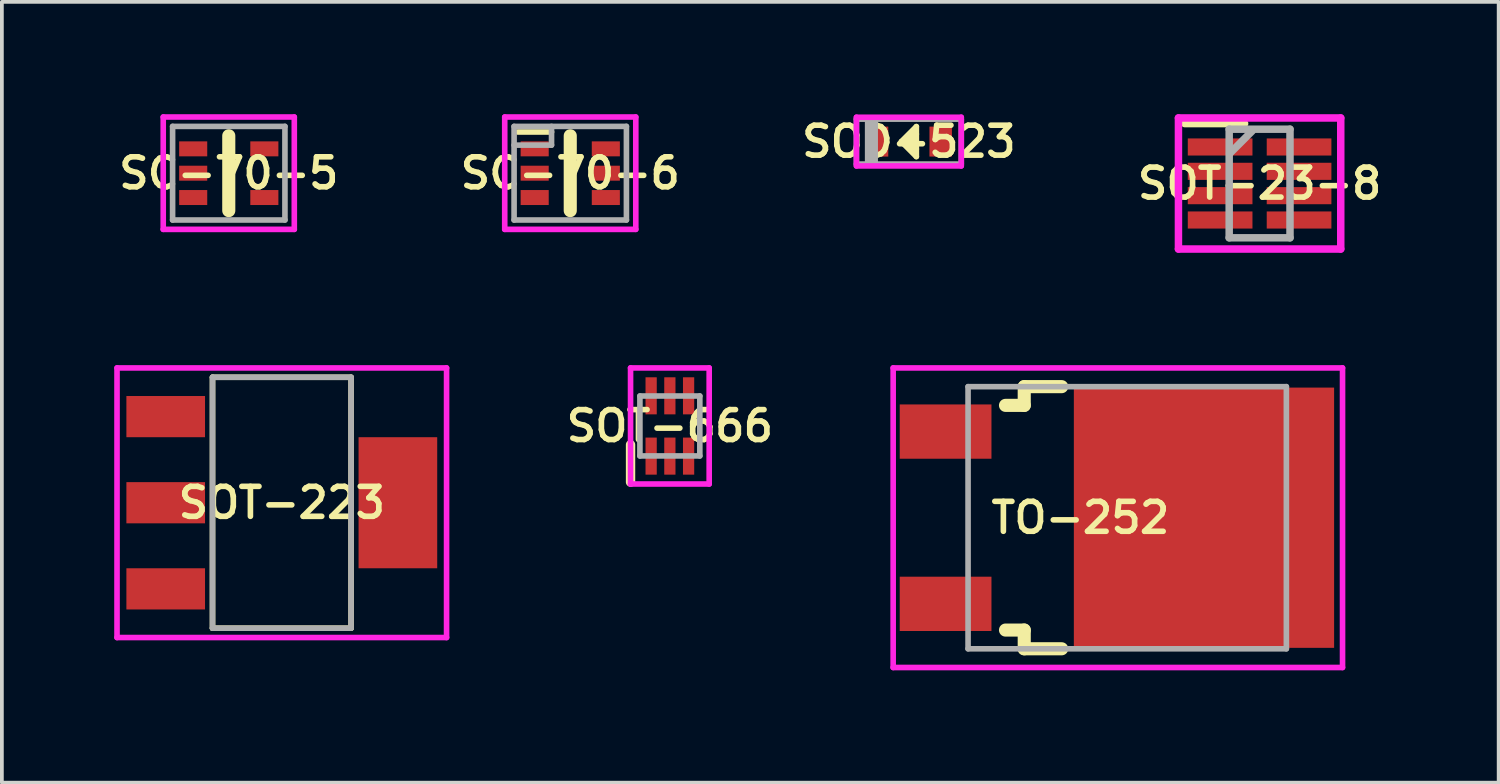
<source format=kicad_pcb>
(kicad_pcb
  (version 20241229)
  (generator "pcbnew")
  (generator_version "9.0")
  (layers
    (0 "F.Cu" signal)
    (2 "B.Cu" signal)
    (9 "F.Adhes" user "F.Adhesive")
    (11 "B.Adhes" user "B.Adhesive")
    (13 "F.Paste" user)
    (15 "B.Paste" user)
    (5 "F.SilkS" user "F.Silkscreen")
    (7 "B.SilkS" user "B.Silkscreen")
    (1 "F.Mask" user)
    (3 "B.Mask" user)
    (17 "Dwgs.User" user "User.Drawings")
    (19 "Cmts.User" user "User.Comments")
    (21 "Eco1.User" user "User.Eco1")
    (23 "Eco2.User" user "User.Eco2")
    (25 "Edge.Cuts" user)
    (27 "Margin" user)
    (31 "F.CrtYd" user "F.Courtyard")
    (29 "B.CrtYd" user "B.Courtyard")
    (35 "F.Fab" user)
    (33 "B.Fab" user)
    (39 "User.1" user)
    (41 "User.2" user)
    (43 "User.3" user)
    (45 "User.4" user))
  (footprint "SOD-523"
    (layer "F.Cu")
    (at 21.22 0.731)
    (property "Reference" "SOD-523" (at 0 0 0) (layer "F.SilkS") (effects (font (size 0.8 0.8) (thickness 0.15))))
    (attr smd)
    (fp_line (start -0.2 0) (end 0.2 -0.4) (stroke (width 0.15) (type solid)) (layer "F.SilkS"))
    (fp_line (start -0.1 0) (end 0.2 0.2) (stroke (width 0.15) (type solid)) (layer "F.SilkS"))
    (fp_line (start 0.2 -0.4) (end 0.2 0.4) (stroke (width 0.15) (type solid)) (layer "F.SilkS"))
    (fp_line (start 0.2 -0.2) (end -0.1 0) (stroke (width 0.15) (type solid)) (layer "F.SilkS"))
    (fp_line (start 0.2 0) (end 0 0) (stroke (width 0.15) (type solid)) (layer "F.SilkS"))
    (fp_line (start 0.2 0.4) (end -0.2 0) (stroke (width 0.15) (type solid)) (layer "F.SilkS"))
    (fp_line (start -1.4 -0.65) (end 1.4 -0.65) (stroke (width 0.15) (type solid)) (layer "F.CrtYd"))
    (fp_line (start -1.4 0.65) (end -1.4 -0.65) (stroke (width 0.15) (type solid)) (layer "F.CrtYd"))
    (fp_line (start 1.4 -0.65) (end 1.4 0.65) (stroke (width 0.15) (type solid)) (layer "F.CrtYd"))
    (fp_line (start 1.4 0.65) (end -1.4 0.65) (stroke (width 0.15) (type solid)) (layer "F.CrtYd"))
    (fp_line (start -1.4 -0.6) (end -1.4 0.6) (stroke (width 0.15) (type solid)) (layer "F.Fab"))
    (fp_line (start -1.4 0.6) (end 1.4 0.6) (stroke (width 0.15) (type solid)) (layer "F.Fab"))
    (fp_line (start -1.1 -0.6) (end -1.1 0.6) (stroke (width 0.15) (type solid)) (layer "F.Fab"))
    (fp_line (start -1 0.6) (end -1 -0.6) (stroke (width 0.15) (type solid)) (layer "F.Fab"))
    (fp_line (start -0.9 -0.6) (end -0.9 0.6) (stroke (width 0.15) (type solid)) (layer "F.Fab"))
    (fp_line (start 1.4 -0.6) (end -1.4 -0.6) (stroke (width 0.15) (type solid)) (layer "F.Fab"))
    (fp_line (start 1.4 0.6) (end 1.4 -0.6) (stroke (width 0.15) (type solid)) (layer "F.Fab"))
    (pad "1" smd rect (at -0.85 0) (size 0.6 0.8) (layers "F.Cu" "F.Mask" "F.Paste"))
    (pad "2" smd rect (at 0.85 0) (size 0.6 0.8) (layers "F.Cu" "F.Mask" "F.Paste")))
  (footprint "SOT-23-8"
    (layer "F.Cu")
    (at 30.586 1.85)
    (property "Reference" "SOT-23-8" (at 0 0 0) (layer "F.SilkS") (effects (font (size 0.8 0.8) (thickness 0.15))))
    (attr smd)
    (fp_line (start -0.4 -1.6) (end -2 -1.6) (stroke (width 0.2) (type solid)) (layer "F.SilkS"))
    (fp_line (start -2.167 -1.75) (end 2.167 -1.75) (stroke (width 0.2) (type solid)) (layer "F.CrtYd"))
    (fp_line (start -2.167 1.75) (end -2.167 -1.75) (stroke (width 0.2) (type solid)) (layer "F.CrtYd"))
    (fp_line (start 2.167 -1.75) (end 2.167 1.75) (stroke (width 0.2) (type solid)) (layer "F.CrtYd"))
    (fp_line (start 2.167 1.75) (end -2.167 1.75) (stroke (width 0.2) (type solid)) (layer "F.CrtYd"))
    (fp_line (start -0.812 -1.45) (end 0.812 -1.45) (stroke (width 0.2) (type solid)) (layer "F.Fab"))
    (fp_line (start -0.812 1.45) (end -0.812 -1.45) (stroke (width 0.2) (type solid)) (layer "F.Fab"))
    (fp_line (start -0.2 -1.4) (end -0.8 -0.8) (stroke (width 0.2) (type solid)) (layer "F.Fab"))
    (fp_line (start 0.812 -1.45) (end 0.812 1.45) (stroke (width 0.2) (type solid)) (layer "F.Fab"))
    (fp_line (start 0.812 1.45) (end -0.812 1.45) (stroke (width 0.2) (type solid)) (layer "F.Fab"))
    (pad "1" smd rect (at -1.054 -0.975 270) (size 0.457 1.727) (layers "F.Cu" "F.Mask" "F.Paste"))
    (pad "2" smd rect (at -1.054 -0.325 270) (size 0.457 1.727) (layers "F.Cu" "F.Mask" "F.Paste"))
    (pad "3" smd rect (at -1.054 0.325 270) (size 0.457 1.727) (layers "F.Cu" "F.Mask" "F.Paste"))
    (pad "4" smd rect (at -1.054 0.975 270) (size 0.457 1.727) (layers "F.Cu" "F.Mask" "F.Paste"))
    (pad "5" smd rect (at 1.054 0.975 270) (size 0.457 1.727) (layers "F.Cu" "F.Mask" "F.Paste"))
    (pad "6" smd rect (at 1.054 0.325 270) (size 0.457 1.727) (layers "F.Cu" "F.Mask" "F.Paste"))
    (pad "7" smd rect (at 1.054 -0.325 270) (size 0.457 1.727) (layers "F.Cu" "F.Mask" "F.Paste"))
    (pad "8" smd rect (at 1.054 -0.975 270) (size 0.457 1.727) (layers "F.Cu" "F.Mask" "F.Paste")))
  (footprint "SC-70-6"
    (layer "F.Cu")
    (at 12.178 1.575)
    (property "Reference" "SC-70-6" (at 0 0 0) (layer "F.SilkS") (effects (font (size 0.8 0.8) (thickness 0.15))))
    (attr smd)
    (fp_line (start -1.4 -1.1) (end -0.5 -1.1) (stroke (width 0.15) (type solid)) (layer "F.SilkS"))
    (fp_line (start 0 -1) (end 0 1) (stroke (width 0.35) (type solid)) (layer "F.SilkS"))
    (fp_line (start -1.75 -1.5) (end 1.75 -1.5) (stroke (width 0.15) (type solid)) (layer "F.CrtYd"))
    (fp_line (start -1.75 1.5) (end -1.75 -1.5) (stroke (width 0.15) (type solid)) (layer "F.CrtYd"))
    (fp_line (start 1.75 -1.5) (end 1.75 1.5) (stroke (width 0.15) (type solid)) (layer "F.CrtYd"))
    (fp_line (start 1.75 1.5) (end -1.75 1.5) (stroke (width 0.15) (type solid)) (layer "F.CrtYd"))
    (fp_line (start -1.5 -1.25) (end -1.5 1.25) (stroke (width 0.15) (type solid)) (layer "F.Fab"))
    (fp_line (start -1.5 1.25) (end 1.5 1.25) (stroke (width 0.15) (type solid)) (layer "F.Fab"))
    (fp_line (start -0.5 -1.25) (end -0.5 -0.75) (stroke (width 0.15) (type solid)) (layer "F.Fab"))
    (fp_line (start -0.5 -0.75) (end -1.5 -0.75) (stroke (width 0.15) (type solid)) (layer "F.Fab"))
    (fp_line (start 1.5 -1.25) (end -1.5 -1.25) (stroke (width 0.15) (type solid)) (layer "F.Fab"))
    (fp_line (start 1.5 1.25) (end 1.5 -1.25) (stroke (width 0.15) (type solid)) (layer "F.Fab"))
    (pad "1" smd rect (at -0.95 -0.65 180) (size 0.75 0.4) (layers "F.Cu" "F.Mask" "F.Paste"))
    (pad "2" smd rect (at -0.95 0 180) (size 0.75 0.4) (layers "F.Cu" "F.Mask" "F.Paste"))
    (pad "3" smd rect (at -0.95 0.65 180) (size 0.75 0.4) (layers "F.Cu" "F.Mask" "F.Paste"))
    (pad "4" smd rect (at 0.95 0.65 180) (size 0.75 0.4) (layers "F.Cu" "F.Mask" "F.Paste"))
    (pad "5" smd rect (at 0.95 0 180) (size 0.75 0.4) (layers "F.Cu" "F.Mask" "F.Paste"))
    (pad "6" smd rect (at 0.95 -0.65 180) (size 0.75 0.4) (layers "F.Cu" "F.Mask" "F.Paste")))
  (footprint "TO-252"
    (layer "F.Cu")
    (at 25.801 10.775)
    (property "Reference" "TO-252" (at 0 0 0) (layer "F.SilkS") (effects (font (size 0.8 0.8) (thickness 0.15))))
    (attr smd)
    (fp_line (start -1.5 -3.5) (end -1.5 -3) (stroke (width 0.35) (type solid)) (layer "F.SilkS"))
    (fp_line (start -1.5 -3) (end -2 -3) (stroke (width 0.35) (type solid)) (layer "F.SilkS"))
    (fp_line (start -1.5 3) (end -2 3) (stroke (width 0.35) (type solid)) (layer "F.SilkS"))
    (fp_line (start -1.5 3.5) (end -1.5 3) (stroke (width 0.35) (type solid)) (layer "F.SilkS"))
    (fp_line (start -0.5 -3.5) (end -1.5 -3.5) (stroke (width 0.35) (type solid)) (layer "F.SilkS"))
    (fp_line (start -0.5 3.5) (end -1.5 3.5) (stroke (width 0.35) (type solid)) (layer "F.SilkS"))
    (fp_line (start -5 -4) (end 7 -4) (stroke (width 0.15) (type solid)) (layer "F.CrtYd"))
    (fp_line (start -5 4) (end -5 -4) (stroke (width 0.15) (type solid)) (layer "F.CrtYd"))
    (fp_line (start 7 -4) (end 7 4) (stroke (width 0.15) (type solid)) (layer "F.CrtYd"))
    (fp_line (start 7 4) (end -5 4) (stroke (width 0.15) (type solid)) (layer "F.CrtYd"))
    (fp_line (start -3 -3.5) (end 5.5 -3.5) (stroke (width 0.15) (type solid)) (layer "F.Fab"))
    (fp_line (start -3 3.5) (end -3 -3.5) (stroke (width 0.15) (type solid)) (layer "F.Fab"))
    (fp_line (start 5.5 -3.5) (end 5.5 3.5) (stroke (width 0.15) (type solid)) (layer "F.Fab"))
    (fp_line (start 5.5 3.5) (end -3 3.5) (stroke (width 0.15) (type solid)) (layer "F.Fab"))
    (pad "" smd rect (at 1.562 -1.738 180) (size 2.457 2.457) (layers "F.Paste"))
    (pad "" smd rect (at 1.562 1.738 180) (size 2.457 2.457) (layers "F.Paste"))
    (pad "" smd rect (at 5.037 -1.738 180) (size 2.457 2.457) (layers "F.Paste"))
    (pad "" smd rect (at 5.037 1.738 180) (size 2.457 2.457) (layers "F.Paste"))
    (pad "1" smd rect (at -3.6 -2.3 180) (size 2.45 1.45) (layers "F.Cu" "F.Mask" "F.Paste"))
    (pad "2" smd rect (at -3.6 2.3 180) (size 2.45 1.45) (layers "F.Cu" "F.Mask" "F.Paste"))
    (pad "3" smd rect (at 3.3 0 180) (size 6.95 6.95) (layers "F.Cu" "F.Mask")))
  (footprint "SOT-223"
    (layer "F.Cu")
    (at 4.475 10.375)
    (property "Reference" "SOT-223" (at 0 0 0) (layer "F.SilkS") (effects (font (size 0.8 0.8) (thickness 0.15))))
    (attr smd)
    (fp_line (start -1.85 -3.35) (end 1.85 -3.35) (stroke (width 0.15) (type solid)) (layer "F.SilkS"))
    (fp_line (start -1.85 3.35) (end -1.85 -3.35) (stroke (width 0.15) (type solid)) (layer "F.SilkS"))
    (fp_line (start 1.85 -3.35) (end 1.85 3.35) (stroke (width 0.15) (type solid)) (layer "F.SilkS"))
    (fp_line (start 1.85 3.35) (end -1.85 3.35) (stroke (width 0.15) (type solid)) (layer "F.SilkS"))
    (fp_line (start -4.4 -3.6) (end 4.4 -3.6) (stroke (width 0.15) (type solid)) (layer "F.CrtYd"))
    (fp_line (start -4.4 3.6) (end -4.4 -3.6) (stroke (width 0.15) (type solid)) (layer "F.CrtYd"))
    (fp_line (start 4.4 -3.6) (end 4.4 3.6) (stroke (width 0.15) (type solid)) (layer "F.CrtYd"))
    (fp_line (start 4.4 3.6) (end -4.4 3.6) (stroke (width 0.15) (type solid)) (layer "F.CrtYd"))
    (fp_line (start -1.85 -3.35) (end 1.85 -3.35) (stroke (width 0.15) (type solid)) (layer "F.Fab"))
    (fp_line (start -1.85 3.35) (end -1.85 -3.35) (stroke (width 0.15) (type solid)) (layer "F.Fab"))
    (fp_line (start 1.85 -3.35) (end 1.85 3.35) (stroke (width 0.15) (type solid)) (layer "F.Fab"))
    (fp_line (start 1.85 3.35) (end -1.85 3.35) (stroke (width 0.15) (type solid)) (layer "F.Fab"))
    (pad "1" smd rect (at -3.1 -2.3 180) (size 2.1 1.1) (layers "F.Cu" "F.Mask" "F.Paste"))
    (pad "2" smd rect (at -3.1 0 180) (size 2.1 1.1) (layers "F.Cu" "F.Mask" "F.Paste"))
    (pad "3" smd rect (at -3.1 2.3 180) (size 2.1 1.1) (layers "F.Cu" "F.Mask" "F.Paste"))
    (pad "4" smd rect (at 3.1 0 180) (size 2.1 3.5) (layers "F.Cu" "F.Mask" "F.Paste")))
  (footprint "SOT-666"
    (layer "F.Cu")
    (at 14.838 8.325)
    (property "Reference" "SOT-666" (at 0 0 0) (layer "F.SilkS") (effects (font (size 0.8 0.8) (thickness 0.15))))
    (attr smd)
    (fp_line (start -1.05 0.5) (end -1.05 1.5) (stroke (width 0.25) (type solid)) (layer "F.SilkS"))
    (fp_line (start -1.05 -1.55) (end 1.05 -1.55) (stroke (width 0.15) (type solid)) (layer "F.CrtYd"))
    (fp_line (start -1.05 1.55) (end -1.05 -1.55) (stroke (width 0.15) (type solid)) (layer "F.CrtYd"))
    (fp_line (start 1.05 -1.55) (end 1.05 1.55) (stroke (width 0.15) (type solid)) (layer "F.CrtYd"))
    (fp_line (start 1.05 1.55) (end -1.05 1.55) (stroke (width 0.15) (type solid)) (layer "F.CrtYd"))
    (fp_line (start -0.8 -0.8) (end 0.8 -0.8) (stroke (width 0.15) (type solid)) (layer "F.Fab"))
    (fp_line (start -0.8 0.8) (end -0.8 -0.8) (stroke (width 0.15) (type solid)) (layer "F.Fab"))
    (fp_line (start 0.8 -0.8) (end 0.8 0.8) (stroke (width 0.15) (type solid)) (layer "F.Fab"))
    (fp_line (start 0.8 0.8) (end -0.8 0.8) (stroke (width 0.15) (type solid)) (layer "F.Fab"))
    (pad "1" smd rect (at -0.5 0.805) (size 0.3 0.99) (layers "F.Cu" "F.Mask" "F.Paste"))
    (pad "2" smd rect (at 0 0.805) (size 0.3 0.99) (layers "F.Cu" "F.Mask" "F.Paste"))
    (pad "3" smd rect (at 0.5 0.805) (size 0.3 0.99) (layers "F.Cu" "F.Mask" "F.Paste"))
    (pad "4" smd rect (at 0.5 -0.805) (size 0.3 0.99) (layers "F.Cu" "F.Mask" "F.Paste"))
    (pad "5" smd rect (at 0 -0.805) (size 0.3 0.99) (layers "F.Cu" "F.Mask" "F.Paste"))
    (pad "6" smd rect (at -0.5 -0.805) (size 0.3 0.99) (layers "F.Cu" "F.Mask" "F.Paste")))
  (footprint "SC-70-5"
    (layer "F.Cu")
    (at 3.059 1.575)
    (property "Reference" "SC-70-5" (at 0 0 0) (layer "F.SilkS") (effects (font (size 0.8 0.8) (thickness 0.15))))
    (attr smd)
    (fp_line (start 0 -1) (end 0 1) (stroke (width 0.35) (type solid)) (layer "F.SilkS"))
    (fp_line (start -1.75 -1.5) (end -1.75 1.5) (stroke (width 0.15) (type solid)) (layer "F.CrtYd"))
    (fp_line (start -1.75 1.5) (end 1.75 1.5) (stroke (width 0.15) (type solid)) (layer "F.CrtYd"))
    (fp_line (start 1.75 -1.5) (end -1.75 -1.5) (stroke (width 0.15) (type solid)) (layer "F.CrtYd"))
    (fp_line (start 1.75 1.5) (end 1.75 -1.5) (stroke (width 0.15) (type solid)) (layer "F.CrtYd"))
    (fp_line (start -1.5 -1.25) (end -1.5 1.25) (stroke (width 0.15) (type solid)) (layer "F.Fab"))
    (fp_line (start -1.5 1.25) (end 1.5 1.25) (stroke (width 0.15) (type solid)) (layer "F.Fab"))
    (fp_line (start 1.5 -1.25) (end -1.5 -1.25) (stroke (width 0.15) (type solid)) (layer "F.Fab"))
    (fp_line (start 1.5 1.25) (end 1.5 -1.25) (stroke (width 0.15) (type solid)) (layer "F.Fab"))
    (pad "1" smd rect (at -0.95 -0.65 180) (size 0.75 0.4) (layers "F.Cu" "F.Mask" "F.Paste"))
    (pad "2" smd rect (at -0.95 0 180) (size 0.75 0.4) (layers "F.Cu" "F.Mask" "F.Paste"))
    (pad "3" smd rect (at -0.95 0.65 180) (size 0.75 0.4) (layers "F.Cu" "F.Mask" "F.Paste"))
    (pad "4" smd rect (at 0.95 0.65 180) (size 0.75 0.4) (layers "F.Cu" "F.Mask" "F.Paste"))
    (pad "5" smd rect (at 0.95 -0.65 180) (size 0.75 0.4) (layers "F.Cu" "F.Mask" "F.Paste")))
  (gr_rect
    (start -3 -3)
    (end 36.97 17.85)
    (stroke (width 0.1) (type default))
    (fill no)
    (layer "Edge.Cuts")))
</source>
